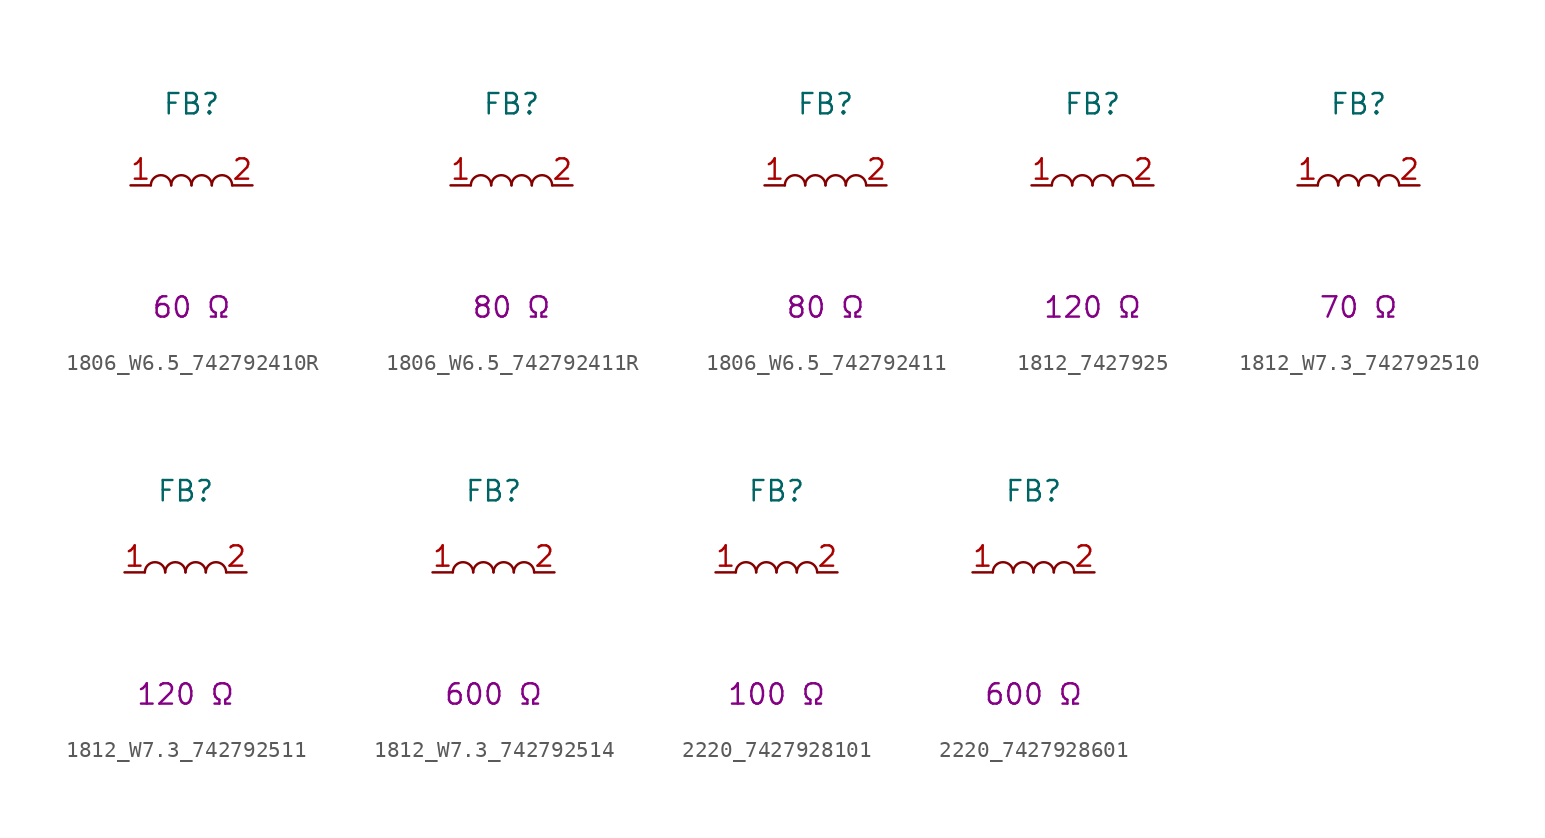
<source format=kicad_sym>
(kicad_symbol_lib
  (version 20220914)
  (generator kicad_symbol_editor)
  (symbol "1806_W6.5_742792410R"
    (pin_names hide)
    (property "Reference" "FB"
      (at 0 5.08 0)
      (effects (font (size 1.27 1.27))))
    (property "Critical Parameter" "60 Ω"
      (at 0 -7.62 0)
      (effects (font (size 1.27 1.27))))
    (symbol "1806_W6.5_742792410R_0_1"
      (arc (start -1.27 0) (mid -1.905 0.6323) (end -2.54 0) (stroke (width 0) (type default)) (fill (type none)))
      (arc (start 0 0) (mid -0.635 0.6323) (end -1.27 0) (stroke (width 0) (type default)) (fill (type none)))
      (arc (start 1.27 0) (mid 0.635 0.6323) (end 0 0) (stroke (width 0) (type default)) (fill (type none)))
      (arc (start 2.54 0) (mid 1.905 0.6323) (end 1.27 0) (stroke (width 0) (type default)) (fill (type none))))
    (symbol "1806_W6.5_742792410R_1_1"
      (pin passive line (at -3.81 0 0) (length 1.27) (name "1" (effects (font (size 1.27 1.27)))) (number "1" (effects (font (size 1.27 1.27)))))
      (pin passive line (at 3.81 0 180) (length 1.27) (name "2" (effects (font (size 1.27 1.27)))) (number "2" (effects (font (size 1.27 1.27)))))))
  (symbol "1806_W6.5_742792411R"
    (pin_names hide)
    (property "Reference" "FB"
      (at 0 5.08 0)
      (effects (font (size 1.27 1.27))))
    (property "Critical Parameter" "80 Ω"
      (at 0 -7.62 0)
      (effects (font (size 1.27 1.27))))
    (symbol "1806_W6.5_742792411R_0_1"
      (arc (start -1.27 0) (mid -1.905 0.6323) (end -2.54 0) (stroke (width 0) (type default)) (fill (type none)))
      (arc (start 0 0) (mid -0.635 0.6323) (end -1.27 0) (stroke (width 0) (type default)) (fill (type none)))
      (arc (start 1.27 0) (mid 0.635 0.6323) (end 0 0) (stroke (width 0) (type default)) (fill (type none)))
      (arc (start 2.54 0) (mid 1.905 0.6323) (end 1.27 0) (stroke (width 0) (type default)) (fill (type none))))
    (symbol "1806_W6.5_742792411R_1_1"
      (pin passive line (at -3.81 0 0) (length 1.27) (name "1" (effects (font (size 1.27 1.27)))) (number "1" (effects (font (size 1.27 1.27)))))
      (pin passive line (at 3.81 0 180) (length 1.27) (name "2" (effects (font (size 1.27 1.27)))) (number "2" (effects (font (size 1.27 1.27)))))))
  (symbol "1806_W6.5_742792411"
    (pin_names hide)
    (property "Reference" "FB"
      (at 0 5.08 0)
      (effects (font (size 1.27 1.27))))
    (property "Critical Parameter" "80 Ω"
      (at 0 -7.62 0)
      (effects (font (size 1.27 1.27))))
    (symbol "1806_W6.5_742792411_0_1"
      (arc (start -1.27 0) (mid -1.905 0.6323) (end -2.54 0) (stroke (width 0) (type default)) (fill (type none)))
      (arc (start 0 0) (mid -0.635 0.6323) (end -1.27 0) (stroke (width 0) (type default)) (fill (type none)))
      (arc (start 1.27 0) (mid 0.635 0.6323) (end 0 0) (stroke (width 0) (type default)) (fill (type none)))
      (arc (start 2.54 0) (mid 1.905 0.6323) (end 1.27 0) (stroke (width 0) (type default)) (fill (type none))))
    (symbol "1806_W6.5_742792411_1_1"
      (pin passive line (at -3.81 0 0) (length 1.27) (name "1" (effects (font (size 1.27 1.27)))) (number "1" (effects (font (size 1.27 1.27)))))
      (pin passive line (at 3.81 0 180) (length 1.27) (name "2" (effects (font (size 1.27 1.27)))) (number "2" (effects (font (size 1.27 1.27)))))))
  (symbol "1812_7427925"
    (pin_names hide)
    (property "Reference" "FB"
      (at 0 5.08 0)
      (effects (font (size 1.27 1.27))))
    (property "Critical Parameter" "120 Ω"
      (at 0 -7.62 0)
      (effects (font (size 1.27 1.27))))
    (symbol "1812_7427925_0_1"
      (arc (start -1.27 0) (mid -1.905 0.6323) (end -2.54 0) (stroke (width 0) (type default)) (fill (type none)))
      (arc (start 0 0) (mid -0.635 0.6323) (end -1.27 0) (stroke (width 0) (type default)) (fill (type none)))
      (arc (start 1.27 0) (mid 0.635 0.6323) (end 0 0) (stroke (width 0) (type default)) (fill (type none)))
      (arc (start 2.54 0) (mid 1.905 0.6323) (end 1.27 0) (stroke (width 0) (type default)) (fill (type none))))
    (symbol "1812_7427925_1_1"
      (pin passive line (at -3.81 0 0) (length 1.27) (name "1" (effects (font (size 1.27 1.27)))) (number "1" (effects (font (size 1.27 1.27)))))
      (pin passive line (at 3.81 0 180) (length 1.27) (name "2" (effects (font (size 1.27 1.27)))) (number "2" (effects (font (size 1.27 1.27)))))))
  (symbol "1812_W7.3_742792510"
    (pin_names hide)
    (property "Reference" "FB"
      (at 0 5.08 0)
      (effects (font (size 1.27 1.27))))
    (property "Critical Parameter" "70 Ω"
      (at 0 -7.62 0)
      (effects (font (size 1.27 1.27))))
    (symbol "1812_W7.3_742792510_0_1"
      (arc (start -1.27 0) (mid -1.905 0.6323) (end -2.54 0) (stroke (width 0) (type default)) (fill (type none)))
      (arc (start 0 0) (mid -0.635 0.6323) (end -1.27 0) (stroke (width 0) (type default)) (fill (type none)))
      (arc (start 1.27 0) (mid 0.635 0.6323) (end 0 0) (stroke (width 0) (type default)) (fill (type none)))
      (arc (start 2.54 0) (mid 1.905 0.6323) (end 1.27 0) (stroke (width 0) (type default)) (fill (type none))))
    (symbol "1812_W7.3_742792510_1_1"
      (pin passive line (at -3.81 0 0) (length 1.27) (name "1" (effects (font (size 1.27 1.27)))) (number "1" (effects (font (size 1.27 1.27)))))
      (pin passive line (at 3.81 0 180) (length 1.27) (name "2" (effects (font (size 1.27 1.27)))) (number "2" (effects (font (size 1.27 1.27)))))))
  (symbol "1812_W7.3_742792511"
    (pin_names hide)
    (property "Reference" "FB"
      (at 0 5.08 0)
      (effects (font (size 1.27 1.27))))
    (property "Critical Parameter" "120 Ω"
      (at 0 -7.62 0)
      (effects (font (size 1.27 1.27))))
    (symbol "1812_W7.3_742792511_0_1"
      (arc (start -1.27 0) (mid -1.905 0.6323) (end -2.54 0) (stroke (width 0) (type default)) (fill (type none)))
      (arc (start 0 0) (mid -0.635 0.6323) (end -1.27 0) (stroke (width 0) (type default)) (fill (type none)))
      (arc (start 1.27 0) (mid 0.635 0.6323) (end 0 0) (stroke (width 0) (type default)) (fill (type none)))
      (arc (start 2.54 0) (mid 1.905 0.6323) (end 1.27 0) (stroke (width 0) (type default)) (fill (type none))))
    (symbol "1812_W7.3_742792511_1_1"
      (pin passive line (at -3.81 0 0) (length 1.27) (name "1" (effects (font (size 1.27 1.27)))) (number "1" (effects (font (size 1.27 1.27)))))
      (pin passive line (at 3.81 0 180) (length 1.27) (name "2" (effects (font (size 1.27 1.27)))) (number "2" (effects (font (size 1.27 1.27)))))))
  (symbol "1812_W7.3_742792514"
    (pin_names hide)
    (property "Reference" "FB"
      (at 0 5.08 0)
      (effects (font (size 1.27 1.27))))
    (property "Critical Parameter" "600 Ω"
      (at 0 -7.62 0)
      (effects (font (size 1.27 1.27))))
    (symbol "1812_W7.3_742792514_0_1"
      (arc (start -1.27 0) (mid -1.905 0.6323) (end -2.54 0) (stroke (width 0) (type default)) (fill (type none)))
      (arc (start 0 0) (mid -0.635 0.6323) (end -1.27 0) (stroke (width 0) (type default)) (fill (type none)))
      (arc (start 1.27 0) (mid 0.635 0.6323) (end 0 0) (stroke (width 0) (type default)) (fill (type none)))
      (arc (start 2.54 0) (mid 1.905 0.6323) (end 1.27 0) (stroke (width 0) (type default)) (fill (type none))))
    (symbol "1812_W7.3_742792514_1_1"
      (pin passive line (at -3.81 0 0) (length 1.27) (name "1" (effects (font (size 1.27 1.27)))) (number "1" (effects (font (size 1.27 1.27)))))
      (pin passive line (at 3.81 0 180) (length 1.27) (name "2" (effects (font (size 1.27 1.27)))) (number "2" (effects (font (size 1.27 1.27)))))))
  (symbol "2220_7427928101"
    (pin_names hide)
    (property "Reference" "FB"
      (at 0 5.08 0)
      (effects (font (size 1.27 1.27))))
    (property "Critical Parameter" "100 Ω"
      (at 0 -7.62 0)
      (effects (font (size 1.27 1.27))))
    (symbol "2220_7427928101_0_1"
      (arc (start -1.27 0) (mid -1.905 0.6323) (end -2.54 0) (stroke (width 0) (type default)) (fill (type none)))
      (arc (start 0 0) (mid -0.635 0.6323) (end -1.27 0) (stroke (width 0) (type default)) (fill (type none)))
      (arc (start 1.27 0) (mid 0.635 0.6323) (end 0 0) (stroke (width 0) (type default)) (fill (type none)))
      (arc (start 2.54 0) (mid 1.905 0.6323) (end 1.27 0) (stroke (width 0) (type default)) (fill (type none))))
    (symbol "2220_7427928101_1_1"
      (pin passive line (at -3.81 0 0) (length 1.27) (name "1" (effects (font (size 1.27 1.27)))) (number "1" (effects (font (size 1.27 1.27)))))
      (pin passive line (at 3.81 0 180) (length 1.27) (name "2" (effects (font (size 1.27 1.27)))) (number "2" (effects (font (size 1.27 1.27)))))))
  (symbol "2220_7427928601"
    (pin_names hide)
    (property "Reference" "FB"
      (at 0 5.08 0)
      (effects (font (size 1.27 1.27))))
    (property "Critical Parameter" "600 Ω"
      (at 0 -7.62 0)
      (effects (font (size 1.27 1.27))))
    (symbol "2220_7427928601_0_1"
      (arc (start -1.27 0) (mid -1.905 0.6323) (end -2.54 0) (stroke (width 0) (type default)) (fill (type none)))
      (arc (start 0 0) (mid -0.635 0.6323) (end -1.27 0) (stroke (width 0) (type default)) (fill (type none)))
      (arc (start 1.27 0) (mid 0.635 0.6323) (end 0 0) (stroke (width 0) (type default)) (fill (type none)))
      (arc (start 2.54 0) (mid 1.905 0.6323) (end 1.27 0) (stroke (width 0) (type default)) (fill (type none))))
    (symbol "2220_7427928601_1_1"
      (pin passive line (at -3.81 0 0) (length 1.27) (name "1" (effects (font (size 1.27 1.27)))) (number "1" (effects (font (size 1.27 1.27)))))
      (pin passive line (at 3.81 0 180) (length 1.27) (name "2" (effects (font (size 1.27 1.27)))) (number "2" (effects (font (size 1.27 1.27))))))))
</source>
